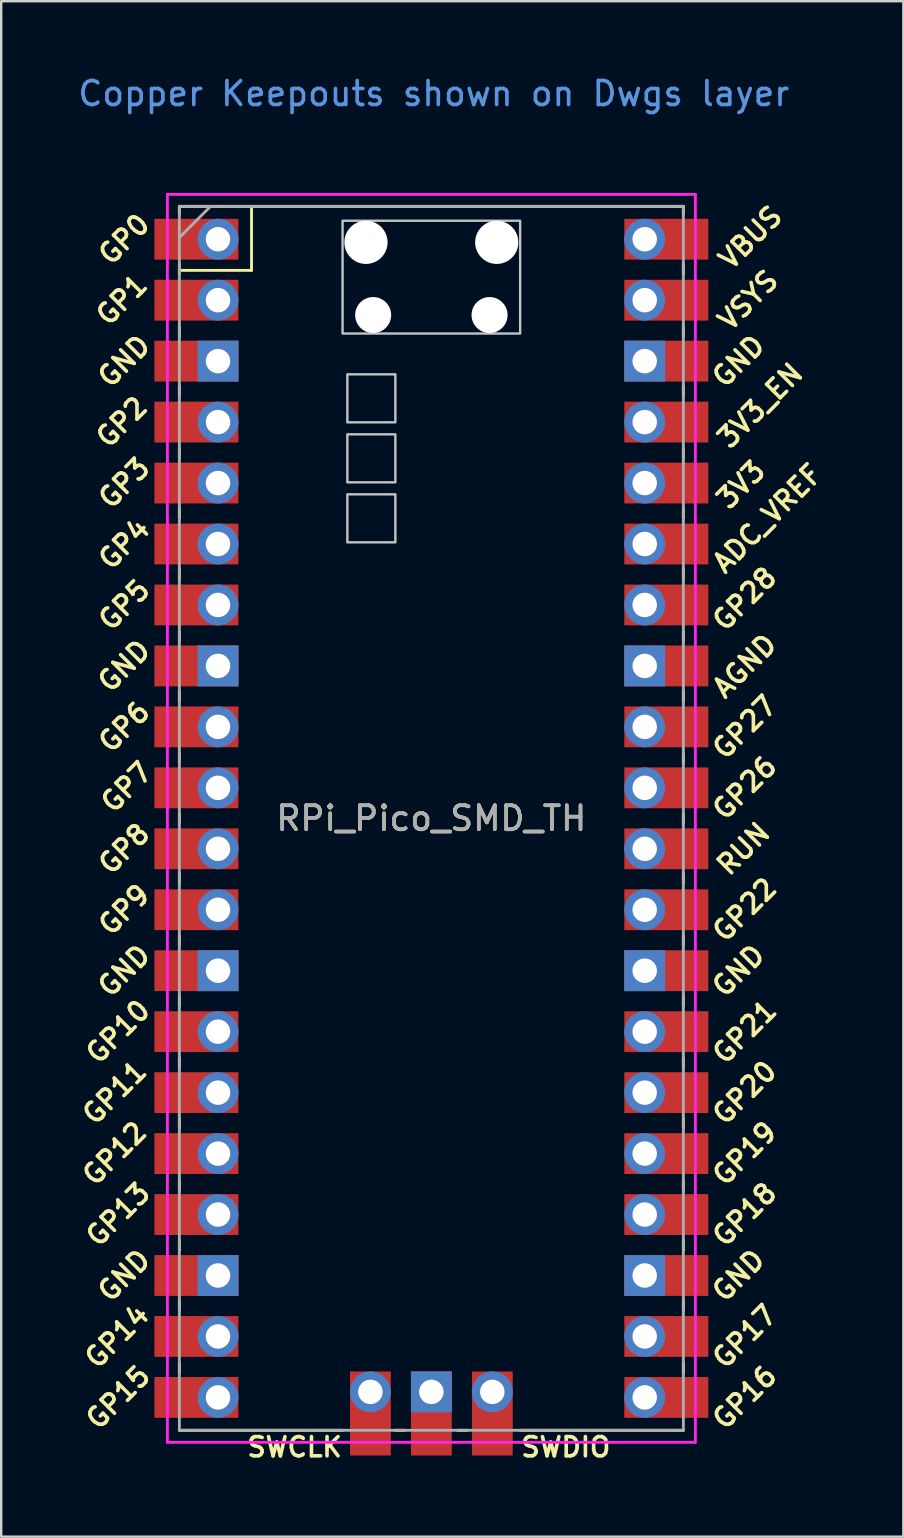
<source format=kicad_pcb>
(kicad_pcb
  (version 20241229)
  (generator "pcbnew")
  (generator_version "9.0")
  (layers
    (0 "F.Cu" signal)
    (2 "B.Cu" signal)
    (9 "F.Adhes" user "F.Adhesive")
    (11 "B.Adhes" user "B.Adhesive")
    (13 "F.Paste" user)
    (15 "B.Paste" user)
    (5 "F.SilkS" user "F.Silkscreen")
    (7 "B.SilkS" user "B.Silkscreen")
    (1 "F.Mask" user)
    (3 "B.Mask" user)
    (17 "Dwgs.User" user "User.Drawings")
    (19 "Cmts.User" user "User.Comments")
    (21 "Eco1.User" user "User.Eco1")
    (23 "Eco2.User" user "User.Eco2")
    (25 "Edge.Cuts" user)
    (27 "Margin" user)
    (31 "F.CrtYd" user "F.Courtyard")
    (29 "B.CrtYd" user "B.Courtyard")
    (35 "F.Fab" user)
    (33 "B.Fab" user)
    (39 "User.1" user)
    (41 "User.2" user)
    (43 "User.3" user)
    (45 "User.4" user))
  (footprint "RPi_Pico_SMD_TH"
    (layer "F.Cu")
    (at 14.924 31.048)
    (property "Reference" "RPi_Pico_SMD_TH" (at 0 0 0) (layer "F.SilkS") (effects (font (size 1 1) (thickness 0.15))))
    (attr through_hole)
    (fp_line (start -10.5 -25.5) (end -10.5 -25.2) (stroke (width 0.12) (type solid)) (layer "F.SilkS"))
    (fp_line (start -10.5 -25.5) (end 10.5 -25.5) (stroke (width 0.12) (type solid)) (layer "F.SilkS"))
    (fp_line (start -10.5 -23.1) (end -10.5 -22.7) (stroke (width 0.12) (type solid)) (layer "F.SilkS"))
    (fp_line (start -10.5 -22.833) (end -7.493 -22.833) (stroke (width 0.12) (type solid)) (layer "F.SilkS"))
    (fp_line (start -10.5 -20.5) (end -10.5 -20.1) (stroke (width 0.12) (type solid)) (layer "F.SilkS"))
    (fp_line (start -10.5 -18) (end -10.5 -17.6) (stroke (width 0.12) (type solid)) (layer "F.SilkS"))
    (fp_line (start -10.5 -15.4) (end -10.5 -15) (stroke (width 0.12) (type solid)) (layer "F.SilkS"))
    (fp_line (start -10.5 -12.9) (end -10.5 -12.5) (stroke (width 0.12) (type solid)) (layer "F.SilkS"))
    (fp_line (start -10.5 -10.4) (end -10.5 -10) (stroke (width 0.12) (type solid)) (layer "F.SilkS"))
    (fp_line (start -10.5 -7.8) (end -10.5 -7.4) (stroke (width 0.12) (type solid)) (layer "F.SilkS"))
    (fp_line (start -10.5 -5.3) (end -10.5 -4.9) (stroke (width 0.12) (type solid)) (layer "F.SilkS"))
    (fp_line (start -10.5 -2.7) (end -10.5 -2.3) (stroke (width 0.12) (type solid)) (layer "F.SilkS"))
    (fp_line (start -10.5 -0.2) (end -10.5 0.2) (stroke (width 0.12) (type solid)) (layer "F.SilkS"))
    (fp_line (start -10.5 2.3) (end -10.5 2.7) (stroke (width 0.12) (type solid)) (layer "F.SilkS"))
    (fp_line (start -10.5 4.9) (end -10.5 5.3) (stroke (width 0.12) (type solid)) (layer "F.SilkS"))
    (fp_line (start -10.5 7.4) (end -10.5 7.8) (stroke (width 0.12) (type solid)) (layer "F.SilkS"))
    (fp_line (start -10.5 10) (end -10.5 10.4) (stroke (width 0.12) (type solid)) (layer "F.SilkS"))
    (fp_line (start -10.5 12.5) (end -10.5 12.9) (stroke (width 0.12) (type solid)) (layer "F.SilkS"))
    (fp_line (start -10.5 15.1) (end -10.5 15.5) (stroke (width 0.12) (type solid)) (layer "F.SilkS"))
    (fp_line (start -10.5 17.6) (end -10.5 18) (stroke (width 0.12) (type solid)) (layer "F.SilkS"))
    (fp_line (start -10.5 20.1) (end -10.5 20.5) (stroke (width 0.12) (type solid)) (layer "F.SilkS"))
    (fp_line (start -10.5 22.7) (end -10.5 23.1) (stroke (width 0.12) (type solid)) (layer "F.SilkS"))
    (fp_line (start -7.493 -22.833) (end -7.493 -25.5) (stroke (width 0.12) (type solid)) (layer "F.SilkS"))
    (fp_line (start -3.7 25.5) (end -10.5 25.5) (stroke (width 0.12) (type solid)) (layer "F.SilkS"))
    (fp_line (start -1.5 25.5) (end -1.1 25.5) (stroke (width 0.12) (type solid)) (layer "F.SilkS"))
    (fp_line (start 1.1 25.5) (end 1.5 25.5) (stroke (width 0.12) (type solid)) (layer "F.SilkS"))
    (fp_line (start 10.5 -25.5) (end 10.5 -25.2) (stroke (width 0.12) (type solid)) (layer "F.SilkS"))
    (fp_line (start 10.5 -23.1) (end 10.5 -22.7) (stroke (width 0.12) (type solid)) (layer "F.SilkS"))
    (fp_line (start 10.5 -20.5) (end 10.5 -20.1) (stroke (width 0.12) (type solid)) (layer "F.SilkS"))
    (fp_line (start 10.5 -18) (end 10.5 -17.6) (stroke (width 0.12) (type solid)) (layer "F.SilkS"))
    (fp_line (start 10.5 -15.4) (end 10.5 -15) (stroke (width 0.12) (type solid)) (layer "F.SilkS"))
    (fp_line (start 10.5 -12.9) (end 10.5 -12.5) (stroke (width 0.12) (type solid)) (layer "F.SilkS"))
    (fp_line (start 10.5 -10.4) (end 10.5 -10) (stroke (width 0.12) (type solid)) (layer "F.SilkS"))
    (fp_line (start 10.5 -7.8) (end 10.5 -7.4) (stroke (width 0.12) (type solid)) (layer "F.SilkS"))
    (fp_line (start 10.5 -5.3) (end 10.5 -4.9) (stroke (width 0.12) (type solid)) (layer "F.SilkS"))
    (fp_line (start 10.5 -2.7) (end 10.5 -2.3) (stroke (width 0.12) (type solid)) (layer "F.SilkS"))
    (fp_line (start 10.5 -0.2) (end 10.5 0.2) (stroke (width 0.12) (type solid)) (layer "F.SilkS"))
    (fp_line (start 10.5 2.3) (end 10.5 2.7) (stroke (width 0.12) (type solid)) (layer "F.SilkS"))
    (fp_line (start 10.5 4.9) (end 10.5 5.3) (stroke (width 0.12) (type solid)) (layer "F.SilkS"))
    (fp_line (start 10.5 7.4) (end 10.5 7.8) (stroke (width 0.12) (type solid)) (layer "F.SilkS"))
    (fp_line (start 10.5 10) (end 10.5 10.4) (stroke (width 0.12) (type solid)) (layer "F.SilkS"))
    (fp_line (start 10.5 12.5) (end 10.5 12.9) (stroke (width 0.12) (type solid)) (layer "F.SilkS"))
    (fp_line (start 10.5 15.1) (end 10.5 15.5) (stroke (width 0.12) (type solid)) (layer "F.SilkS"))
    (fp_line (start 10.5 17.6) (end 10.5 18) (stroke (width 0.12) (type solid)) (layer "F.SilkS"))
    (fp_line (start 10.5 20.1) (end 10.5 20.5) (stroke (width 0.12) (type solid)) (layer "F.SilkS"))
    (fp_line (start 10.5 22.7) (end 10.5 23.1) (stroke (width 0.12) (type solid)) (layer "F.SilkS"))
    (fp_line (start 10.5 25.5) (end 3.7 25.5) (stroke (width 0.12) (type solid)) (layer "F.SilkS"))
    (fp_poly (pts (xy -1.5 -16.5) (xy -3.5 -16.5) (xy -3.5 -18.5) (xy -1.5 -18.5)) (stroke (width 0.1) (type solid)) (fill no) (layer "Dwgs.User"))
    (fp_poly (pts (xy -1.5 -14) (xy -3.5 -14) (xy -3.5 -16) (xy -1.5 -16)) (stroke (width 0.1) (type solid)) (fill no) (layer "Dwgs.User"))
    (fp_poly (pts (xy -1.5 -11.5) (xy -3.5 -11.5) (xy -3.5 -13.5) (xy -1.5 -13.5)) (stroke (width 0.1) (type solid)) (fill no) (layer "Dwgs.User"))
    (fp_poly (pts (xy 3.7 -20.2) (xy -3.7 -20.2) (xy -3.7 -24.9) (xy 3.7 -24.9)) (stroke (width 0.1) (type solid)) (fill no) (layer "Dwgs.User"))
    (fp_line (start -11 -26) (end 11 -26) (stroke (width 0.12) (type solid)) (layer "F.CrtYd"))
    (fp_line (start -11 26) (end -11 -26) (stroke (width 0.12) (type solid)) (layer "F.CrtYd"))
    (fp_line (start 11 -26) (end 11 26) (stroke (width 0.12) (type solid)) (layer "F.CrtYd"))
    (fp_line (start 11 26) (end -11 26) (stroke (width 0.12) (type solid)) (layer "F.CrtYd"))
    (fp_line (start -10.5 -25.5) (end 10.5 -25.5) (stroke (width 0.12) (type solid)) (layer "F.Fab"))
    (fp_line (start -10.5 -24.2) (end -9.2 -25.5) (stroke (width 0.12) (type solid)) (layer "F.Fab"))
    (fp_line (start -10.5 25.5) (end -10.5 -25.5) (stroke (width 0.12) (type solid)) (layer "F.Fab"))
    (fp_line (start 10.5 -25.5) (end 10.5 25.5) (stroke (width 0.12) (type solid)) (layer "F.Fab"))
    (fp_line (start 10.5 25.5) (end -10.5 25.5) (stroke (width 0.12) (type solid)) (layer "F.Fab"))
    (fp_text user "GP26" (at 13.054 -1.27 45) (layer "F.SilkS") (effects (font (size 0.8 0.8) (thickness 0.15))))
    (fp_text user "GND" (at -12.8 6.35 45) (layer "F.SilkS") (effects (font (size 0.8 0.8) (thickness 0.15))))
    (fp_text user "GP15" (at -13.054 24.13 45) (layer "F.SilkS") (effects (font (size 0.8 0.8) (thickness 0.15))))
    (fp_text user "GP1" (at -12.9 -21.6 45) (layer "F.SilkS") (effects (font (size 0.8 0.8) (thickness 0.15))))
    (fp_text user "3V3_EN" (at 13.7 -17.2 45) (layer "F.SilkS") (effects (font (size 0.8 0.8) (thickness 0.15))))
    (fp_text user "AGND" (at 13.054 -6.35 45) (layer "F.SilkS") (effects (font (size 0.8 0.8) (thickness 0.15))))
    (fp_text user "GND" (at -12.8 -6.35 45) (layer "F.SilkS") (effects (font (size 0.8 0.8) (thickness 0.15))))
    (fp_text user "GP27" (at 13.054 -3.8 45) (layer "F.SilkS") (effects (font (size 0.8 0.8) (thickness 0.15))))
    (fp_text user "GP8" (at -12.8 1.27 45) (layer "F.SilkS") (effects (font (size 0.8 0.8) (thickness 0.15))))
    (fp_text user "GP0" (at -12.8 -24.13 45) (layer "F.SilkS") (effects (font (size 0.8 0.8) (thickness 0.15))))
    (fp_text user "GP22" (at 13.054 3.81 45) (layer "F.SilkS") (effects (font (size 0.8 0.8) (thickness 0.15))))
    (fp_text user "GP19" (at 13.054 13.97 45) (layer "F.SilkS") (effects (font (size 0.8 0.8) (thickness 0.15))))
    (fp_text user "VBUS" (at 13.3 -24.2 45) (layer "F.SilkS") (effects (font (size 0.8 0.8) (thickness 0.15))))
    (fp_text user "GP17" (at 13.054 21.59 45) (layer "F.SilkS") (effects (font (size 0.8 0.8) (thickness 0.15))))
    (fp_text user "GND" (at 12.8 6.35 45) (layer "F.SilkS") (effects (font (size 0.8 0.8) (thickness 0.15))))
    (fp_text user "3V3" (at 12.9 -13.9 45) (layer "F.SilkS") (effects (font (size 0.8 0.8) (thickness 0.15))))
    (fp_text user "GP5" (at -12.8 -8.89 45) (layer "F.SilkS") (effects (font (size 0.8 0.8) (thickness 0.15))))
    (fp_text user "ADC_VREF" (at 14 -12.5 45) (layer "F.SilkS") (effects (font (size 0.8 0.8) (thickness 0.15))))
    (fp_text user "GP21" (at 13.054 8.9 45) (layer "F.SilkS") (effects (font (size 0.8 0.8) (thickness 0.15))))
    (fp_text user "GP2" (at -12.9 -16.51 45) (layer "F.SilkS") (effects (font (size 0.8 0.8) (thickness 0.15))))
    (fp_text user "GP18" (at 13.054 16.51 45) (layer "F.SilkS") (effects (font (size 0.8 0.8) (thickness 0.15))))
    (fp_text user "RUN" (at 13 1.27 45) (layer "F.SilkS") (effects (font (size 0.8 0.8) (thickness 0.15))))
    (fp_text user "SWCLK" (at -5.7 26.2 0) (layer "F.SilkS") (effects (font (size 0.8 0.8) (thickness 0.15))))
    (fp_text user "GP6" (at -12.8 -3.81 45) (layer "F.SilkS") (effects (font (size 0.8 0.8) (thickness 0.15))))
    (fp_text user "GP16" (at 13.054 24.13 45) (layer "F.SilkS") (effects (font (size 0.8 0.8) (thickness 0.15))))
    (fp_text user "GP7" (at -12.7 -1.3 45) (layer "F.SilkS") (effects (font (size 0.8 0.8) (thickness 0.15))))
    (fp_text user "GP13" (at -13.054 16.51 45) (layer "F.SilkS") (effects (font (size 0.8 0.8) (thickness 0.15))))
    (fp_text user "GP4" (at -12.8 -11.43 45) (layer "F.SilkS") (effects (font (size 0.8 0.8) (thickness 0.15))))
    (fp_text user "GND" (at 12.8 -19.05 45) (layer "F.SilkS") (effects (font (size 0.8 0.8) (thickness 0.15))))
    (fp_text user "GP14" (at -13.1 21.59 45) (layer "F.SilkS") (effects (font (size 0.8 0.8) (thickness 0.15))))
    (fp_text user "VSYS" (at 13.2 -21.59 45) (layer "F.SilkS") (effects (font (size 0.8 0.8) (thickness 0.15))))
    (fp_text user "SWDIO" (at 5.6 26.2 0) (layer "F.SilkS") (effects (font (size 0.8 0.8) (thickness 0.15))))
    (fp_text user "GP9" (at -12.8 3.81 45) (layer "F.SilkS") (effects (font (size 0.8 0.8) (thickness 0.15))))
    (fp_text user "GP20" (at 13.054 11.43 45) (layer "F.SilkS") (effects (font (size 0.8 0.8) (thickness 0.15))))
    (fp_text user "GP12" (at -13.2 13.97 45) (layer "F.SilkS") (effects (font (size 0.8 0.8) (thickness 0.15))))
    (fp_text user "GND" (at -12.8 -19.05 45) (layer "F.SilkS") (effects (font (size 0.8 0.8) (thickness 0.15))))
    (fp_text user "GND" (at -12.8 19.05 45) (layer "F.SilkS") (effects (font (size 0.8 0.8) (thickness 0.15))))
    (fp_text user "GND" (at 12.8 19.05 45) (layer "F.SilkS") (effects (font (size 0.8 0.8) (thickness 0.15))))
    (fp_text user "GP28" (at 13.054 -9.144 45) (layer "F.SilkS") (effects (font (size 0.8 0.8) (thickness 0.15))))
    (fp_text user "GP11" (at -13.2 11.43 45) (layer "F.SilkS") (effects (font (size 0.8 0.8) (thickness 0.15))))
    (fp_text user "GP10" (at -13.054 8.89 45) (layer "F.SilkS") (effects (font (size 0.8 0.8) (thickness 0.15))))
    (fp_text user "GP3" (at -12.8 -13.97 45) (layer "F.SilkS") (effects (font (size 0.8 0.8) (thickness 0.15))))
    (fp_text user "Copper Keepouts shown on Dwgs layer" (at 0.1 -30.2 0) (layer "Cmts.User") (effects (font (size 1 1) (thickness 0.15))))
    (fp_text user "${REFERENCE}" (at 0 0 180) (layer "F.Fab") (effects (font (size 1 1) (thickness 0.15))))
    (pad "" np_thru_hole oval (at -2.725 -24) (size 1.8 1.8) (drill 1.8) (layers "*.Cu" "*.Mask"))
    (pad "" np_thru_hole oval (at -2.425 -20.97) (size 1.5 1.5) (drill 1.5) (layers "*.Cu" "*.Mask"))
    (pad "" np_thru_hole oval (at 2.425 -20.97) (size 1.5 1.5) (drill 1.5) (layers "*.Cu" "*.Mask"))
    (pad "" np_thru_hole oval (at 2.725 -24) (size 1.8 1.8) (drill 1.8) (layers "*.Cu" "*.Mask"))
    (pad "1" thru_hole oval (at -8.89 -24.13) (size 1.7 1.7) (drill 1.02) (layers "*.Cu" "*.Mask"))
    (pad "1" smd rect (at -8.89 -24.13) (size 3.5 1.7) (drill (offset -0.9 0)) (layers "F.Cu" "F.Mask"))
    (pad "2" thru_hole oval (at -8.89 -21.59) (size 1.7 1.7) (drill 1.02) (layers "*.Cu" "*.Mask"))
    (pad "2" smd rect (at -8.89 -21.59) (size 3.5 1.7) (drill (offset -0.9 0)) (layers "F.Cu" "F.Mask"))
    (pad "3" thru_hole rect (at -8.89 -19.05) (size 1.7 1.7) (drill 1.02) (layers "*.Cu" "*.Mask"))
    (pad "3" smd rect (at -8.89 -19.05) (size 3.5 1.7) (drill (offset -0.9 0)) (layers "F.Cu" "F.Mask"))
    (pad "4" thru_hole oval (at -8.89 -16.51) (size 1.7 1.7) (drill 1.02) (layers "*.Cu" "*.Mask"))
    (pad "4" smd rect (at -8.89 -16.51) (size 3.5 1.7) (drill (offset -0.9 0)) (layers "F.Cu" "F.Mask"))
    (pad "5" thru_hole oval (at -8.89 -13.97) (size 1.7 1.7) (drill 1.02) (layers "*.Cu" "*.Mask"))
    (pad "5" smd rect (at -8.89 -13.97) (size 3.5 1.7) (drill (offset -0.9 0)) (layers "F.Cu" "F.Mask"))
    (pad "6" thru_hole oval (at -8.89 -11.43) (size 1.7 1.7) (drill 1.02) (layers "*.Cu" "*.Mask"))
    (pad "6" smd rect (at -8.89 -11.43) (size 3.5 1.7) (drill (offset -0.9 0)) (layers "F.Cu" "F.Mask"))
    (pad "7" thru_hole oval (at -8.89 -8.89) (size 1.7 1.7) (drill 1.02) (layers "*.Cu" "*.Mask"))
    (pad "7" smd rect (at -8.89 -8.89) (size 3.5 1.7) (drill (offset -0.9 0)) (layers "F.Cu" "F.Mask"))
    (pad "8" thru_hole rect (at -8.89 -6.35) (size 1.7 1.7) (drill 1.02) (layers "*.Cu" "*.Mask"))
    (pad "8" smd rect (at -8.89 -6.35) (size 3.5 1.7) (drill (offset -0.9 0)) (layers "F.Cu" "F.Mask"))
    (pad "9" thru_hole oval (at -8.89 -3.81) (size 1.7 1.7) (drill 1.02) (layers "*.Cu" "*.Mask"))
    (pad "9" smd rect (at -8.89 -3.81) (size 3.5 1.7) (drill (offset -0.9 0)) (layers "F.Cu" "F.Mask"))
    (pad "10" thru_hole oval (at -8.89 -1.27) (size 1.7 1.7) (drill 1.02) (layers "*.Cu" "*.Mask"))
    (pad "10" smd rect (at -8.89 -1.27) (size 3.5 1.7) (drill (offset -0.9 0)) (layers "F.Cu" "F.Mask"))
    (pad "11" thru_hole oval (at -8.89 1.27) (size 1.7 1.7) (drill 1.02) (layers "*.Cu" "*.Mask"))
    (pad "11" smd rect (at -8.89 1.27) (size 3.5 1.7) (drill (offset -0.9 0)) (layers "F.Cu" "F.Mask"))
    (pad "12" thru_hole oval (at -8.89 3.81) (size 1.7 1.7) (drill 1.02) (layers "*.Cu" "*.Mask"))
    (pad "12" smd rect (at -8.89 3.81) (size 3.5 1.7) (drill (offset -0.9 0)) (layers "F.Cu" "F.Mask"))
    (pad "13" thru_hole rect (at -8.89 6.35) (size 1.7 1.7) (drill 1.02) (layers "*.Cu" "*.Mask"))
    (pad "13" smd rect (at -8.89 6.35) (size 3.5 1.7) (drill (offset -0.9 0)) (layers "F.Cu" "F.Mask"))
    (pad "14" thru_hole oval (at -8.89 8.89) (size 1.7 1.7) (drill 1.02) (layers "*.Cu" "*.Mask"))
    (pad "14" smd rect (at -8.89 8.89) (size 3.5 1.7) (drill (offset -0.9 0)) (layers "F.Cu" "F.Mask"))
    (pad "15" thru_hole oval (at -8.89 11.43) (size 1.7 1.7) (drill 1.02) (layers "*.Cu" "*.Mask"))
    (pad "15" smd rect (at -8.89 11.43) (size 3.5 1.7) (drill (offset -0.9 0)) (layers "F.Cu" "F.Mask"))
    (pad "16" thru_hole oval (at -8.89 13.97) (size 1.7 1.7) (drill 1.02) (layers "*.Cu" "*.Mask"))
    (pad "16" smd rect (at -8.89 13.97) (size 3.5 1.7) (drill (offset -0.9 0)) (layers "F.Cu" "F.Mask"))
    (pad "17" thru_hole oval (at -8.89 16.51) (size 1.7 1.7) (drill 1.02) (layers "*.Cu" "*.Mask"))
    (pad "17" smd rect (at -8.89 16.51) (size 3.5 1.7) (drill (offset -0.9 0)) (layers "F.Cu" "F.Mask"))
    (pad "18" thru_hole rect (at -8.89 19.05) (size 1.7 1.7) (drill 1.02) (layers "*.Cu" "*.Mask"))
    (pad "18" smd rect (at -8.89 19.05) (size 3.5 1.7) (drill (offset -0.9 0)) (layers "F.Cu" "F.Mask"))
    (pad "19" thru_hole oval (at -8.89 21.59) (size 1.7 1.7) (drill 1.02) (layers "*.Cu" "*.Mask"))
    (pad "19" smd rect (at -8.89 21.59) (size 3.5 1.7) (drill (offset -0.9 0)) (layers "F.Cu" "F.Mask"))
    (pad "20" thru_hole oval (at -8.89 24.13) (size 1.7 1.7) (drill 1.02) (layers "*.Cu" "*.Mask"))
    (pad "20" smd rect (at -8.89 24.13) (size 3.5 1.7) (drill (offset -0.9 0)) (layers "F.Cu" "F.Mask"))
    (pad "21" thru_hole oval (at 8.89 24.13) (size 1.7 1.7) (drill 1.02) (layers "*.Cu" "*.Mask"))
    (pad "21" smd rect (at 8.89 24.13) (size 3.5 1.7) (drill (offset 0.9 0)) (layers "F.Cu" "F.Mask"))
    (pad "22" thru_hole oval (at 8.89 21.59) (size 1.7 1.7) (drill 1.02) (layers "*.Cu" "*.Mask"))
    (pad "22" smd rect (at 8.89 21.59) (size 3.5 1.7) (drill (offset 0.9 0)) (layers "F.Cu" "F.Mask"))
    (pad "23" thru_hole rect (at 8.89 19.05) (size 1.7 1.7) (drill 1.02) (layers "*.Cu" "*.Mask"))
    (pad "23" smd rect (at 8.89 19.05) (size 3.5 1.7) (drill (offset 0.9 0)) (layers "F.Cu" "F.Mask"))
    (pad "24" thru_hole oval (at 8.89 16.51) (size 1.7 1.7) (drill 1.02) (layers "*.Cu" "*.Mask"))
    (pad "24" smd rect (at 8.89 16.51) (size 3.5 1.7) (drill (offset 0.9 0)) (layers "F.Cu" "F.Mask"))
    (pad "25" thru_hole oval (at 8.89 13.97) (size 1.7 1.7) (drill 1.02) (layers "*.Cu" "*.Mask"))
    (pad "25" smd rect (at 8.89 13.97) (size 3.5 1.7) (drill (offset 0.9 0)) (layers "F.Cu" "F.Mask"))
    (pad "26" thru_hole oval (at 8.89 11.43) (size 1.7 1.7) (drill 1.02) (layers "*.Cu" "*.Mask"))
    (pad "26" smd rect (at 8.89 11.43) (size 3.5 1.7) (drill (offset 0.9 0)) (layers "F.Cu" "F.Mask"))
    (pad "27" thru_hole oval (at 8.89 8.89) (size 1.7 1.7) (drill 1.02) (layers "*.Cu" "*.Mask"))
    (pad "27" smd rect (at 8.89 8.89) (size 3.5 1.7) (drill (offset 0.9 0)) (layers "F.Cu" "F.Mask"))
    (pad "28" thru_hole rect (at 8.89 6.35) (size 1.7 1.7) (drill 1.02) (layers "*.Cu" "*.Mask"))
    (pad "28" smd rect (at 8.89 6.35) (size 3.5 1.7) (drill (offset 0.9 0)) (layers "F.Cu" "F.Mask"))
    (pad "29" thru_hole oval (at 8.89 3.81) (size 1.7 1.7) (drill 1.02) (layers "*.Cu" "*.Mask"))
    (pad "29" smd rect (at 8.89 3.81) (size 3.5 1.7) (drill (offset 0.9 0)) (layers "F.Cu" "F.Mask"))
    (pad "30" thru_hole oval (at 8.89 1.27) (size 1.7 1.7) (drill 1.02) (layers "*.Cu" "*.Mask"))
    (pad "30" smd rect (at 8.89 1.27) (size 3.5 1.7) (drill (offset 0.9 0)) (layers "F.Cu" "F.Mask"))
    (pad "31" thru_hole oval (at 8.89 -1.27) (size 1.7 1.7) (drill 1.02) (layers "*.Cu" "*.Mask"))
    (pad "31" smd rect (at 8.89 -1.27) (size 3.5 1.7) (drill (offset 0.9 0)) (layers "F.Cu" "F.Mask"))
    (pad "32" thru_hole oval (at 8.89 -3.81) (size 1.7 1.7) (drill 1.02) (layers "*.Cu" "*.Mask"))
    (pad "32" smd rect (at 8.89 -3.81) (size 3.5 1.7) (drill (offset 0.9 0)) (layers "F.Cu" "F.Mask"))
    (pad "33" thru_hole rect (at 8.89 -6.35) (size 1.7 1.7) (drill 1.02) (layers "*.Cu" "*.Mask"))
    (pad "33" smd rect (at 8.89 -6.35) (size 3.5 1.7) (drill (offset 0.9 0)) (layers "F.Cu" "F.Mask"))
    (pad "34" thru_hole oval (at 8.89 -8.89) (size 1.7 1.7) (drill 1.02) (layers "*.Cu" "*.Mask"))
    (pad "34" smd rect (at 8.89 -8.89) (size 3.5 1.7) (drill (offset 0.9 0)) (layers "F.Cu" "F.Mask"))
    (pad "35" thru_hole oval (at 8.89 -11.43) (size 1.7 1.7) (drill 1.02) (layers "*.Cu" "*.Mask"))
    (pad "35" smd rect (at 8.89 -11.43) (size 3.5 1.7) (drill (offset 0.9 0)) (layers "F.Cu" "F.Mask"))
    (pad "36" thru_hole oval (at 8.89 -13.97) (size 1.7 1.7) (drill 1.02) (layers "*.Cu" "*.Mask"))
    (pad "36" smd rect (at 8.89 -13.97) (size 3.5 1.7) (drill (offset 0.9 0)) (layers "F.Cu" "F.Mask"))
    (pad "37" thru_hole oval (at 8.89 -16.51) (size 1.7 1.7) (drill 1.02) (layers "*.Cu" "*.Mask"))
    (pad "37" smd rect (at 8.89 -16.51) (size 3.5 1.7) (drill (offset 0.9 0)) (layers "F.Cu" "F.Mask"))
    (pad "38" thru_hole rect (at 8.89 -19.05) (size 1.7 1.7) (drill 1.02) (layers "*.Cu" "*.Mask"))
    (pad "38" smd rect (at 8.89 -19.05) (size 3.5 1.7) (drill (offset 0.9 0)) (layers "F.Cu" "F.Mask"))
    (pad "39" thru_hole oval (at 8.89 -21.59) (size 1.7 1.7) (drill 1.02) (layers "*.Cu" "*.Mask"))
    (pad "39" smd rect (at 8.89 -21.59) (size 3.5 1.7) (drill (offset 0.9 0)) (layers "F.Cu" "F.Mask"))
    (pad "40" thru_hole oval (at 8.89 -24.13) (size 1.7 1.7) (drill 1.02) (layers "*.Cu" "*.Mask"))
    (pad "40" smd rect (at 8.89 -24.13) (size 3.5 1.7) (drill (offset 0.9 0)) (layers "F.Cu" "F.Mask"))
    (pad "41" thru_hole oval (at -2.54 23.9) (size 1.7 1.7) (drill 1.02) (layers "*.Cu" "*.Mask"))
    (pad "41" smd rect (at -2.54 23.9 90) (size 3.5 1.7) (drill (offset -0.9 0)) (layers "F.Cu" "F.Mask"))
    (pad "42" thru_hole rect (at 0 23.9) (size 1.7 1.7) (drill 1.02) (layers "*.Cu" "*.Mask"))
    (pad "42" smd rect (at 0 23.9 90) (size 3.5 1.7) (drill (offset -0.9 0)) (layers "F.Cu" "F.Mask"))
    (pad "43" thru_hole oval (at 2.54 23.9) (size 1.7 1.7) (drill 1.02) (layers "*.Cu" "*.Mask"))
    (pad "43" smd rect (at 2.54 23.9 90) (size 3.5 1.7) (drill (offset -0.9 0)) (layers "F.Cu" "F.Mask")))
  (gr_rect
    (start -3 -3)
    (end 34.591 60.98)
    (stroke (width 0.1) (type default))
    (fill no)
    (layer "Edge.Cuts")))
</source>
